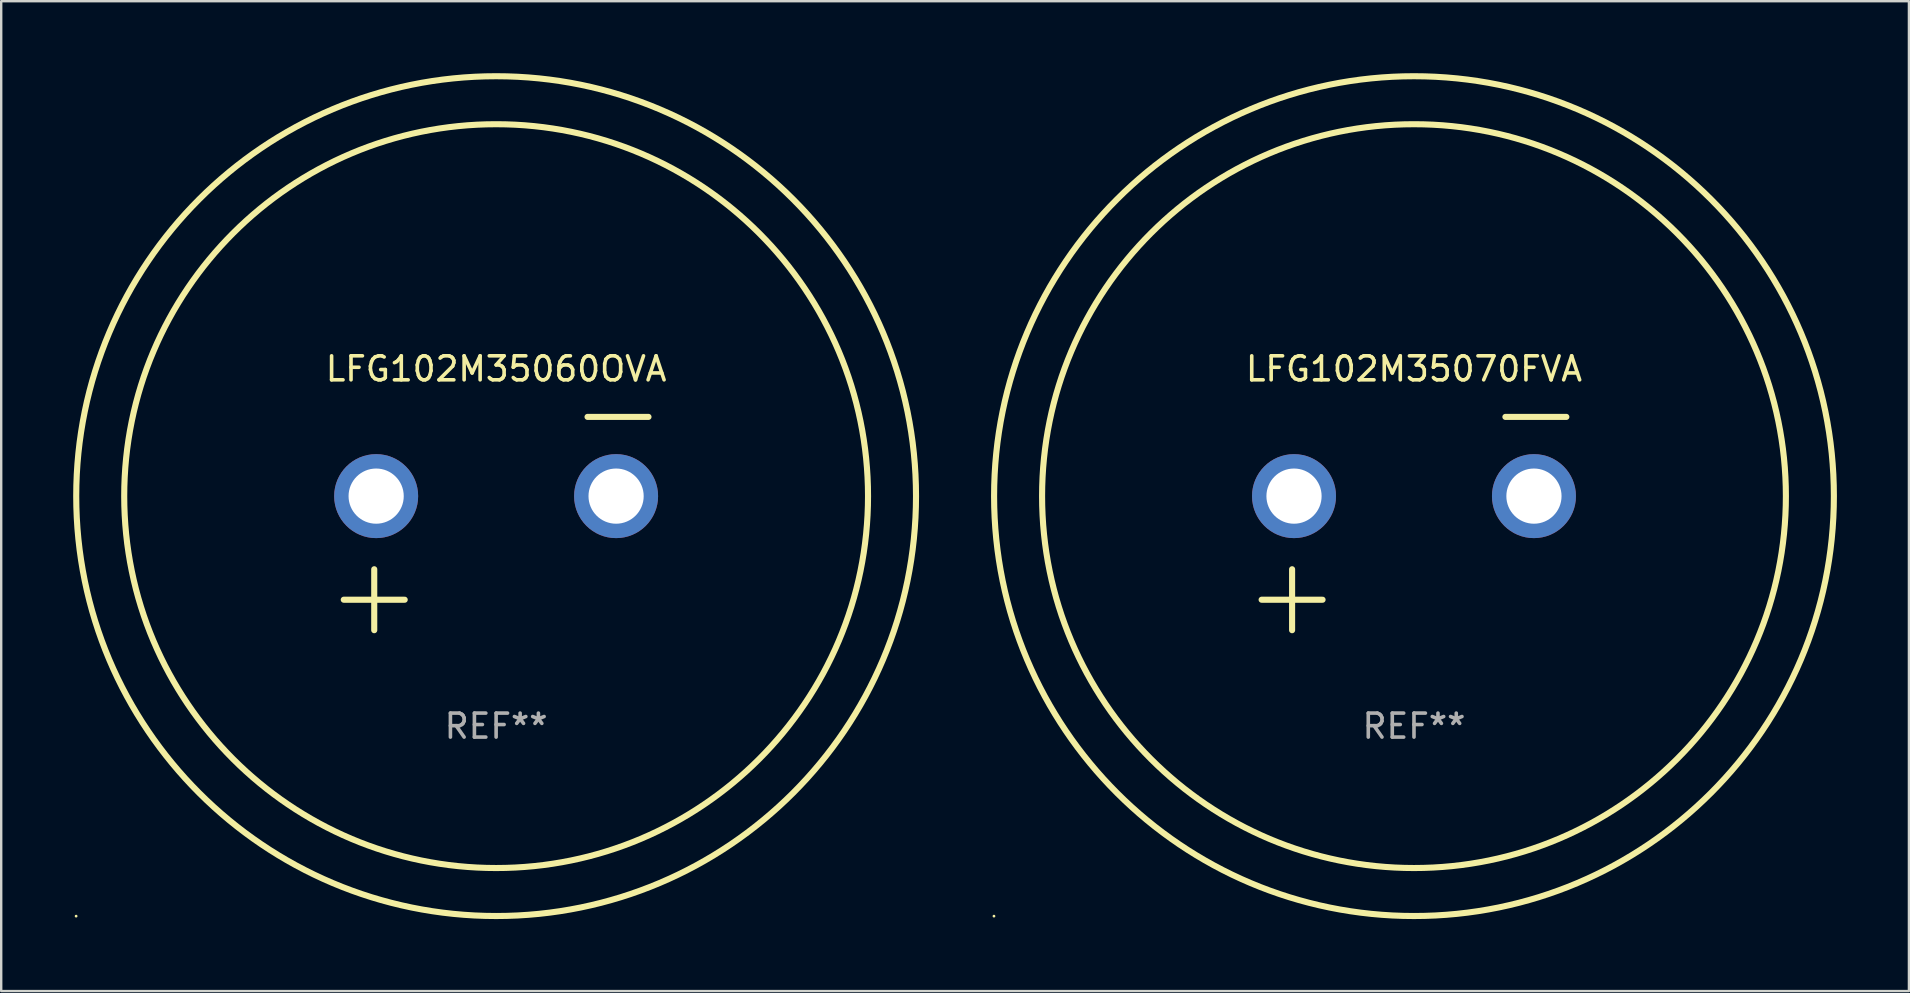
<source format=kicad_pcb>
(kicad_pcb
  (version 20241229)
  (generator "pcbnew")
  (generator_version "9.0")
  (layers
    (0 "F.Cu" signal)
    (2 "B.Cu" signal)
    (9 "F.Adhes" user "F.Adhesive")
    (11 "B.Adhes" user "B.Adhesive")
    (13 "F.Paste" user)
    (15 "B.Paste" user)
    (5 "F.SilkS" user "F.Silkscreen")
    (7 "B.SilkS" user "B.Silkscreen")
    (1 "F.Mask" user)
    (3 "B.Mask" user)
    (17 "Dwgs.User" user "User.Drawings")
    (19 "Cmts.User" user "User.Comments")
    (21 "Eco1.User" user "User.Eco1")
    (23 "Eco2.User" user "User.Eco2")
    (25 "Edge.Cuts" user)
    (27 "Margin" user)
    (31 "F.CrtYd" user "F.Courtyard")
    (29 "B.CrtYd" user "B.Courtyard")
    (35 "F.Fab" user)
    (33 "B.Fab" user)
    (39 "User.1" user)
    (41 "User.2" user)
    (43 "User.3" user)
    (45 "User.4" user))
  (footprint "LFG102M35060OVA"
    (layer "F.Cu")
    (at 17.627 18.77)
    (property "Reference" "LFG102M35060OVA" (at 0 -6.445 0) (layer "F.SilkS") (effects (font (size 1 1) (thickness 0.15))))
    (attr through_hole)
    (fp_line (start -6.35 3.175) (end -3.81 3.175) (stroke (width 0.254) (type solid)) (layer "F.SilkS"))
    (fp_line (start -5.08 1.905) (end -5.08 4.445) (stroke (width 0.254) (type solid)) (layer "F.SilkS"))
    (fp_line (start 3.81 -4.445) (end 6.35 -4.445) (stroke (width 0.254) (type solid)) (layer "F.SilkS"))
    (fp_circle (center -17.505 16.362) (end -17.475 16.362) (stroke (width 0.06) (type solid)) (fill no) (layer "F.SilkS"))
    (fp_circle (center 0 -1.143) (end 15.5 -1.143) (stroke (width 0.254) (type solid)) (fill no) (layer "F.SilkS"))
    (fp_circle (center 0 -1.143) (end 17.5 -1.143) (stroke (width 0.254) (type solid)) (fill no) (layer "F.SilkS"))
    (fp_text user "REF**" (at 0 8.445 0) (layer "F.Fab") (effects (font (size 1 1) (thickness 0.15))))
    (pad "1" thru_hole circle (at -5 -1.143) (size 3.5 3.5) (drill 2.3) (layers "*.Cu" "*.Mask"))
    (pad "2" thru_hole circle (at 5 -1.143) (size 3.5 3.5) (drill 2.3) (layers "*.Cu" "*.Mask")))
  (footprint "LFG102M35070FVA"
    (layer "F.Cu")
    (at 55.881 18.77)
    (property "Reference" "LFG102M35070FVA" (at 0 -6.445 0) (layer "F.SilkS") (effects (font (size 1 1) (thickness 0.15))))
    (attr through_hole)
    (fp_line (start -6.35 3.175) (end -3.81 3.175) (stroke (width 0.254) (type solid)) (layer "F.SilkS"))
    (fp_line (start -5.08 1.905) (end -5.08 4.445) (stroke (width 0.254) (type solid)) (layer "F.SilkS"))
    (fp_line (start 3.81 -4.445) (end 6.35 -4.445) (stroke (width 0.254) (type solid)) (layer "F.SilkS"))
    (fp_circle (center -17.505 16.362) (end -17.475 16.362) (stroke (width 0.06) (type solid)) (fill no) (layer "F.SilkS"))
    (fp_circle (center 0 -1.143) (end 15.5 -1.143) (stroke (width 0.254) (type solid)) (fill no) (layer "F.SilkS"))
    (fp_circle (center 0 -1.143) (end 17.5 -1.143) (stroke (width 0.254) (type solid)) (fill no) (layer "F.SilkS"))
    (fp_text user "REF**" (at 0 8.445 0) (layer "F.Fab") (effects (font (size 1 1) (thickness 0.15))))
    (pad "1" thru_hole circle (at -5 -1.143) (size 3.5 3.5) (drill 2.3) (layers "*.Cu" "*.Mask"))
    (pad "2" thru_hole circle (at 5 -1.143) (size 3.5 3.5) (drill 2.3) (layers "*.Cu" "*.Mask")))
  (gr_rect
    (start -3 -3)
    (end 76.509 38.254)
    (stroke (width 0.1) (type default))
    (fill no)
    (layer "Edge.Cuts")))
</source>
